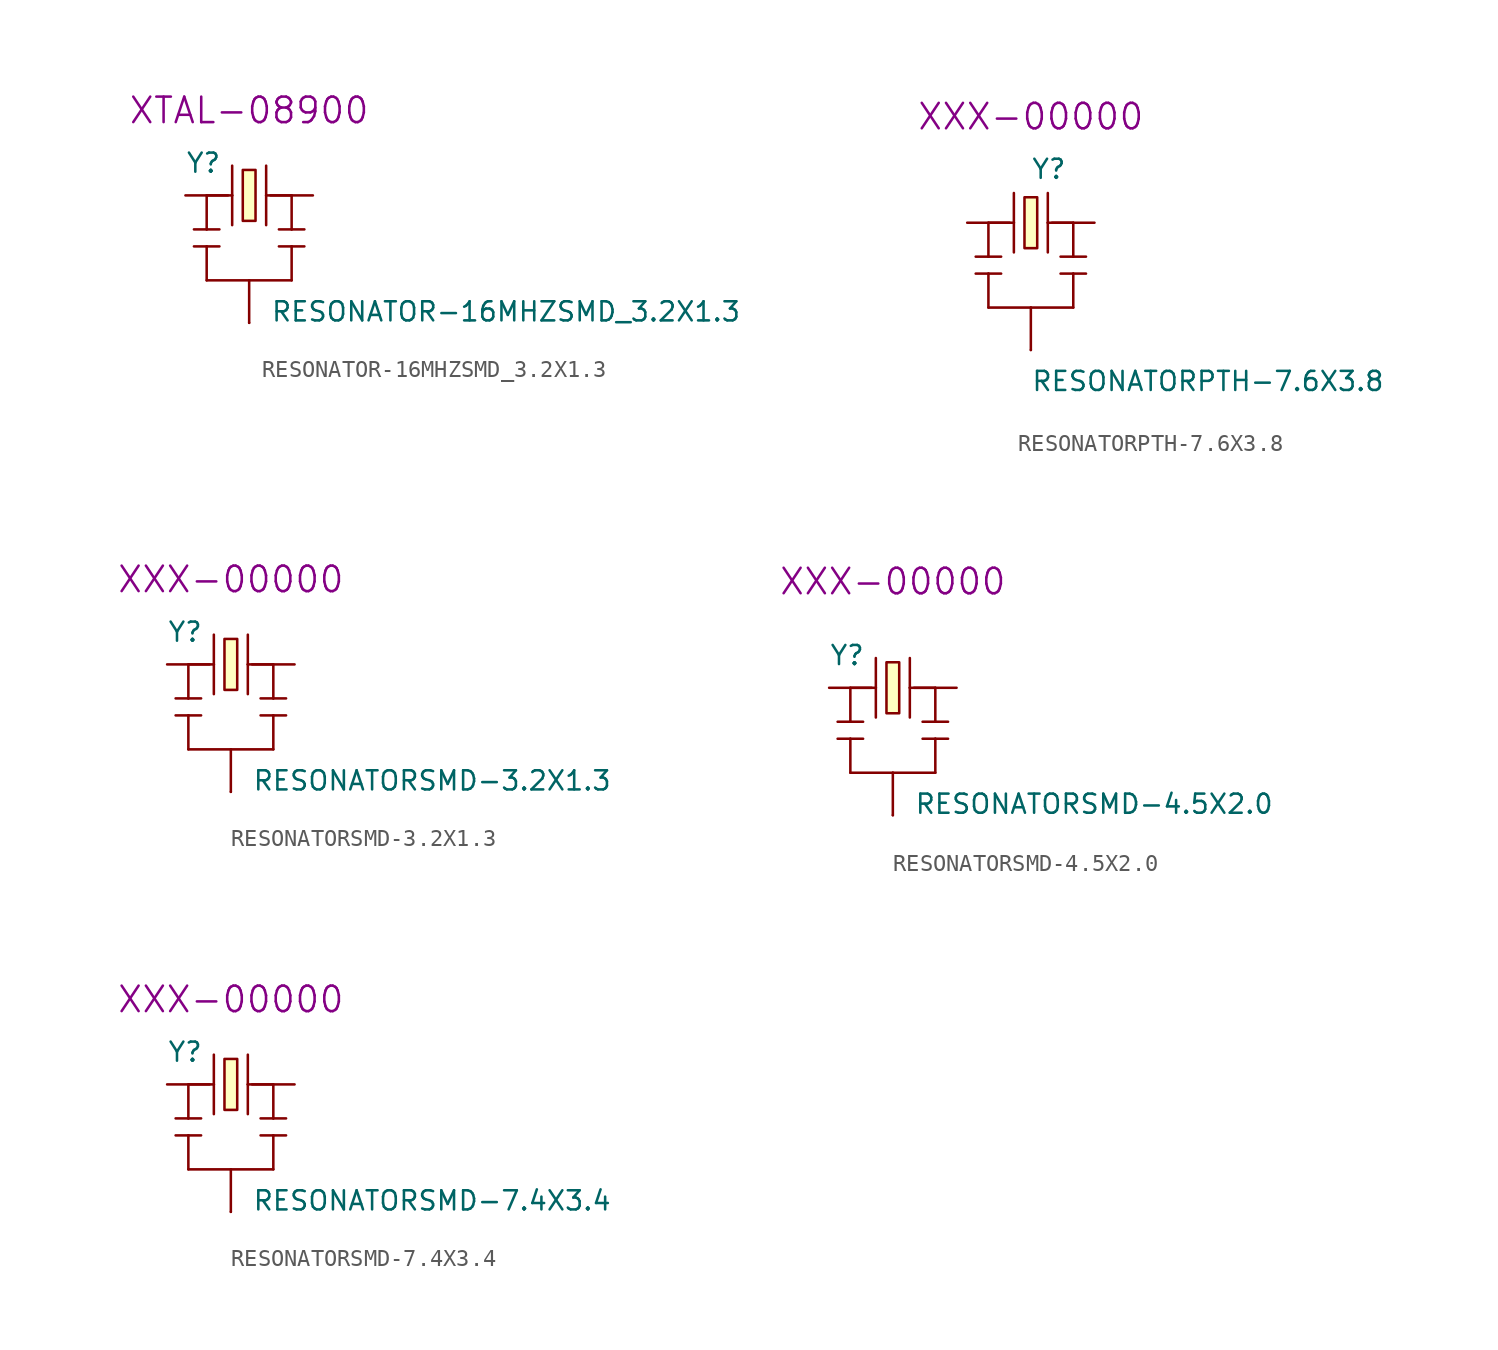
<source format=kicad_sym>
(kicad_symbol_lib
  (version 20211014)
  (generator kicad_symbol_editor)
  (symbol "RESONATOR-16MHZSMD_3.2X1.3"
    (pin_numbers hide)
    (pin_names
      (offset 1.016) hide)
    (property "Reference" "Y"
      (at -3.81 1.27 0)
      (effects (font (size 1.143 1.143)) (justify left bottom)))
    (property "Value" "RESONATOR-16MHZSMD_3.2X1.3"
      (at 1.27 -7.62 0)
      (effects (font (size 1.143 1.143)) (justify left bottom)))
    (property "Field4" "XTAL-08900"
      (at 0 5.08 0)
      (effects (font (size 1.524 1.524))))
    (property "ki_locked" ""
      (at 0 0 0)
      (effects (font (size 1.27 1.27))))
    (symbol "RESONATOR-16MHZSMD_3.2X1.3_1_0"
      (polyline (pts (xy -2.54 -3.048) (xy -3.302 -3.048)) (stroke (width 0) (type default) (color 0 0 0 0)) (fill (type none)))
      (polyline (pts (xy -2.54 -3.048) (xy -2.54 -5.08)) (stroke (width 0) (type default) (color 0 0 0 0)) (fill (type none)))
      (polyline (pts (xy -2.54 -2.032) (xy -3.302 -2.032)) (stroke (width 0) (type default) (color 0 0 0 0)) (fill (type none)))
      (polyline (pts (xy -2.54 -2.032) (xy -2.54 0)) (stroke (width 0) (type default) (color 0 0 0 0)) (fill (type none)))
      (polyline (pts (xy -2.54 0) (xy -1.016 0)) (stroke (width 0) (type default) (color 0 0 0 0)) (fill (type none)))
      (polyline (pts (xy -1.778 -3.048) (xy -2.54 -3.048)) (stroke (width 0) (type default) (color 0 0 0 0)) (fill (type none)))
      (polyline (pts (xy -1.778 -2.032) (xy -2.54 -2.032)) (stroke (width 0) (type default) (color 0 0 0 0)) (fill (type none)))
      (polyline (pts (xy -1.016 0) (xy -1.016 -1.778)) (stroke (width 0) (type default) (color 0 0 0 0)) (fill (type none)))
      (polyline (pts (xy -1.016 1.778) (xy -1.016 0)) (stroke (width 0) (type default) (color 0 0 0 0)) (fill (type none)))
      (polyline (pts (xy 0 -5.08) (xy -2.54 -5.08)) (stroke (width 0) (type default) (color 0 0 0 0)) (fill (type none)))
      (polyline (pts (xy 0 -5.08) (xy 0 -7.62)) (stroke (width 0) (type default) (color 0 0 0 0)) (fill (type none)))
      (polyline (pts (xy 1.016 0) (xy 1.016 -1.778)) (stroke (width 0) (type default) (color 0 0 0 0)) (fill (type none)))
      (polyline (pts (xy 1.016 0) (xy 2.54 0)) (stroke (width 0) (type default) (color 0 0 0 0)) (fill (type none)))
      (polyline (pts (xy 1.016 1.778) (xy 1.016 0)) (stroke (width 0) (type default) (color 0 0 0 0)) (fill (type none)))
      (polyline (pts (xy 2.54 -5.08) (xy 0 -5.08)) (stroke (width 0) (type default) (color 0 0 0 0)) (fill (type none)))
      (polyline (pts (xy 2.54 -3.048) (xy 1.778 -3.048)) (stroke (width 0) (type default) (color 0 0 0 0)) (fill (type none)))
      (polyline (pts (xy 2.54 -3.048) (xy 2.54 -5.08)) (stroke (width 0) (type default) (color 0 0 0 0)) (fill (type none)))
      (polyline (pts (xy 2.54 -2.032) (xy 1.778 -2.032)) (stroke (width 0) (type default) (color 0 0 0 0)) (fill (type none)))
      (polyline (pts (xy 2.54 0) (xy 2.54 -2.032)) (stroke (width 0) (type default) (color 0 0 0 0)) (fill (type none)))
      (polyline (pts (xy 3.302 -3.048) (xy 2.54 -3.048)) (stroke (width 0) (type default) (color 0 0 0 0)) (fill (type none)))
      (polyline (pts (xy 3.302 -2.032) (xy 2.54 -2.032)) (stroke (width 0) (type default) (color 0 0 0 0)) (fill (type none))))
    (symbol "RESONATOR-16MHZSMD_3.2X1.3_1_1"
      (polyline (pts (xy -0.381 1.524) (xy -0.381 -1.524) (xy 0.381 -1.524) (xy 0.381 1.524) (xy -0.381 1.524)) (stroke (width 0) (type default) (color 0 0 0 0)) (fill (type background)))
      (pin passive line (at -3.81 0 0) (length 2.54) (name "1" (effects (font (size 1.016 1.016)))) (number "1" (effects (font (size 1.016 1.016)))))
      (pin passive line (at 0 -7.62 90) (length 0) (name "2" (effects (font (size 1.016 1.016)))) (number "2" (effects (font (size 1.016 1.016)))))
      (pin passive line (at 3.81 0 180) (length 2.54) (name "3" (effects (font (size 1.016 1.016)))) (number "3" (effects (font (size 1.016 1.016)))))))
  (symbol "RESONATORPTH-7.6X3.8"
    (pin_numbers hide)
    (pin_names
      (offset 1.016) hide)
    (property "Reference" "Y"
      (at 0 2.54 0)
      (effects (font (size 1.143 1.143)) (justify left bottom)))
    (property "Value" "RESONATORPTH-7.6X3.8"
      (at 0 -10.16 0)
      (effects (font (size 1.143 1.143)) (justify left bottom)))
    (property "Field4" "XXX-00000"
      (at 0 6.35 0)
      (effects (font (size 1.524 1.524))))
    (property "ki_locked" ""
      (at 0 0 0)
      (effects (font (size 1.27 1.27))))
    (symbol "RESONATORPTH-7.6X3.8_1_0"
      (polyline (pts (xy -2.54 -3.048) (xy -3.302 -3.048)) (stroke (width 0) (type default) (color 0 0 0 0)) (fill (type none)))
      (polyline (pts (xy -2.54 -3.048) (xy -2.54 -5.08)) (stroke (width 0) (type default) (color 0 0 0 0)) (fill (type none)))
      (polyline (pts (xy -2.54 -2.032) (xy -3.302 -2.032)) (stroke (width 0) (type default) (color 0 0 0 0)) (fill (type none)))
      (polyline (pts (xy -2.54 -2.032) (xy -2.54 0)) (stroke (width 0) (type default) (color 0 0 0 0)) (fill (type none)))
      (polyline (pts (xy -2.54 0) (xy -1.016 0)) (stroke (width 0) (type default) (color 0 0 0 0)) (fill (type none)))
      (polyline (pts (xy -1.778 -3.048) (xy -2.54 -3.048)) (stroke (width 0) (type default) (color 0 0 0 0)) (fill (type none)))
      (polyline (pts (xy -1.778 -2.032) (xy -2.54 -2.032)) (stroke (width 0) (type default) (color 0 0 0 0)) (fill (type none)))
      (polyline (pts (xy -1.016 0) (xy -1.016 -1.778)) (stroke (width 0) (type default) (color 0 0 0 0)) (fill (type none)))
      (polyline (pts (xy -1.016 1.778) (xy -1.016 0)) (stroke (width 0) (type default) (color 0 0 0 0)) (fill (type none)))
      (polyline (pts (xy 0 -5.08) (xy -2.54 -5.08)) (stroke (width 0) (type default) (color 0 0 0 0)) (fill (type none)))
      (polyline (pts (xy 0 -5.08) (xy 0 -7.62)) (stroke (width 0) (type default) (color 0 0 0 0)) (fill (type none)))
      (polyline (pts (xy 1.016 0) (xy 1.016 -1.778)) (stroke (width 0) (type default) (color 0 0 0 0)) (fill (type none)))
      (polyline (pts (xy 1.016 0) (xy 2.54 0)) (stroke (width 0) (type default) (color 0 0 0 0)) (fill (type none)))
      (polyline (pts (xy 1.016 1.778) (xy 1.016 0)) (stroke (width 0) (type default) (color 0 0 0 0)) (fill (type none)))
      (polyline (pts (xy 2.54 -5.08) (xy 0 -5.08)) (stroke (width 0) (type default) (color 0 0 0 0)) (fill (type none)))
      (polyline (pts (xy 2.54 -3.048) (xy 1.778 -3.048)) (stroke (width 0) (type default) (color 0 0 0 0)) (fill (type none)))
      (polyline (pts (xy 2.54 -3.048) (xy 2.54 -5.08)) (stroke (width 0) (type default) (color 0 0 0 0)) (fill (type none)))
      (polyline (pts (xy 2.54 -2.032) (xy 1.778 -2.032)) (stroke (width 0) (type default) (color 0 0 0 0)) (fill (type none)))
      (polyline (pts (xy 2.54 0) (xy 2.54 -2.032)) (stroke (width 0) (type default) (color 0 0 0 0)) (fill (type none)))
      (polyline (pts (xy 3.302 -3.048) (xy 2.54 -3.048)) (stroke (width 0) (type default) (color 0 0 0 0)) (fill (type none)))
      (polyline (pts (xy 3.302 -2.032) (xy 2.54 -2.032)) (stroke (width 0) (type default) (color 0 0 0 0)) (fill (type none))))
    (symbol "RESONATORPTH-7.6X3.8_1_1"
      (polyline (pts (xy -0.381 1.524) (xy -0.381 -1.524) (xy 0.381 -1.524) (xy 0.381 1.524) (xy -0.381 1.524)) (stroke (width 0) (type default) (color 0 0 0 0)) (fill (type background)))
      (pin passive line (at -3.81 0 0) (length 2.54) (name "1" (effects (font (size 1.016 1.016)))) (number "1" (effects (font (size 1.016 1.016)))))
      (pin passive line (at 0 -7.62 90) (length 0) (name "2" (effects (font (size 1.016 1.016)))) (number "2" (effects (font (size 1.016 1.016)))))
      (pin passive line (at 3.81 0 180) (length 2.54) (name "3" (effects (font (size 1.016 1.016)))) (number "3" (effects (font (size 1.016 1.016)))))))
  (symbol "RESONATORSMD-3.2X1.3"
    (pin_numbers hide)
    (pin_names
      (offset 1.016) hide)
    (property "Reference" "Y"
      (at -3.81 1.27 0)
      (effects (font (size 1.143 1.143)) (justify left bottom)))
    (property "Value" "RESONATORSMD-3.2X1.3"
      (at 1.27 -7.62 0)
      (effects (font (size 1.143 1.143)) (justify left bottom)))
    (property "Field4" "XXX-00000"
      (at 0 5.08 0)
      (effects (font (size 1.524 1.524))))
    (property "ki_locked" ""
      (at 0 0 0)
      (effects (font (size 1.27 1.27))))
    (symbol "RESONATORSMD-3.2X1.3_1_0"
      (polyline (pts (xy -2.54 -3.048) (xy -3.302 -3.048)) (stroke (width 0) (type default) (color 0 0 0 0)) (fill (type none)))
      (polyline (pts (xy -2.54 -3.048) (xy -2.54 -5.08)) (stroke (width 0) (type default) (color 0 0 0 0)) (fill (type none)))
      (polyline (pts (xy -2.54 -2.032) (xy -3.302 -2.032)) (stroke (width 0) (type default) (color 0 0 0 0)) (fill (type none)))
      (polyline (pts (xy -2.54 -2.032) (xy -2.54 0)) (stroke (width 0) (type default) (color 0 0 0 0)) (fill (type none)))
      (polyline (pts (xy -2.54 0) (xy -1.016 0)) (stroke (width 0) (type default) (color 0 0 0 0)) (fill (type none)))
      (polyline (pts (xy -1.778 -3.048) (xy -2.54 -3.048)) (stroke (width 0) (type default) (color 0 0 0 0)) (fill (type none)))
      (polyline (pts (xy -1.778 -2.032) (xy -2.54 -2.032)) (stroke (width 0) (type default) (color 0 0 0 0)) (fill (type none)))
      (polyline (pts (xy -1.016 0) (xy -1.016 -1.778)) (stroke (width 0) (type default) (color 0 0 0 0)) (fill (type none)))
      (polyline (pts (xy -1.016 1.778) (xy -1.016 0)) (stroke (width 0) (type default) (color 0 0 0 0)) (fill (type none)))
      (polyline (pts (xy 0 -5.08) (xy -2.54 -5.08)) (stroke (width 0) (type default) (color 0 0 0 0)) (fill (type none)))
      (polyline (pts (xy 0 -5.08) (xy 0 -7.62)) (stroke (width 0) (type default) (color 0 0 0 0)) (fill (type none)))
      (polyline (pts (xy 1.016 0) (xy 1.016 -1.778)) (stroke (width 0) (type default) (color 0 0 0 0)) (fill (type none)))
      (polyline (pts (xy 1.016 0) (xy 2.54 0)) (stroke (width 0) (type default) (color 0 0 0 0)) (fill (type none)))
      (polyline (pts (xy 1.016 1.778) (xy 1.016 0)) (stroke (width 0) (type default) (color 0 0 0 0)) (fill (type none)))
      (polyline (pts (xy 2.54 -5.08) (xy 0 -5.08)) (stroke (width 0) (type default) (color 0 0 0 0)) (fill (type none)))
      (polyline (pts (xy 2.54 -3.048) (xy 1.778 -3.048)) (stroke (width 0) (type default) (color 0 0 0 0)) (fill (type none)))
      (polyline (pts (xy 2.54 -3.048) (xy 2.54 -5.08)) (stroke (width 0) (type default) (color 0 0 0 0)) (fill (type none)))
      (polyline (pts (xy 2.54 -2.032) (xy 1.778 -2.032)) (stroke (width 0) (type default) (color 0 0 0 0)) (fill (type none)))
      (polyline (pts (xy 2.54 0) (xy 2.54 -2.032)) (stroke (width 0) (type default) (color 0 0 0 0)) (fill (type none)))
      (polyline (pts (xy 3.302 -3.048) (xy 2.54 -3.048)) (stroke (width 0) (type default) (color 0 0 0 0)) (fill (type none)))
      (polyline (pts (xy 3.302 -2.032) (xy 2.54 -2.032)) (stroke (width 0) (type default) (color 0 0 0 0)) (fill (type none))))
    (symbol "RESONATORSMD-3.2X1.3_1_1"
      (polyline (pts (xy -0.381 1.524) (xy -0.381 -1.524) (xy 0.381 -1.524) (xy 0.381 1.524) (xy -0.381 1.524)) (stroke (width 0) (type default) (color 0 0 0 0)) (fill (type background)))
      (pin passive line (at -3.81 0 0) (length 2.54) (name "1" (effects (font (size 1.016 1.016)))) (number "1" (effects (font (size 1.016 1.016)))))
      (pin passive line (at 0 -7.62 90) (length 0) (name "2" (effects (font (size 1.016 1.016)))) (number "2" (effects (font (size 1.016 1.016)))))
      (pin passive line (at 3.81 0 180) (length 2.54) (name "3" (effects (font (size 1.016 1.016)))) (number "3" (effects (font (size 1.016 1.016)))))))
  (symbol "RESONATORSMD-4.5X2.0"
    (pin_numbers hide)
    (pin_names
      (offset 1.016) hide)
    (property "Reference" "Y"
      (at -3.81 1.27 0)
      (effects (font (size 1.143 1.143)) (justify left bottom)))
    (property "Value" "RESONATORSMD-4.5X2.0"
      (at 1.27 -7.62 0)
      (effects (font (size 1.143 1.143)) (justify left bottom)))
    (property "Field4" "XXX-00000"
      (at 0 6.35 0)
      (effects (font (size 1.524 1.524))))
    (property "ki_locked" ""
      (at 0 0 0)
      (effects (font (size 1.27 1.27))))
    (symbol "RESONATORSMD-4.5X2.0_1_0"
      (polyline (pts (xy -2.54 -3.048) (xy -3.302 -3.048)) (stroke (width 0) (type default) (color 0 0 0 0)) (fill (type none)))
      (polyline (pts (xy -2.54 -3.048) (xy -2.54 -5.08)) (stroke (width 0) (type default) (color 0 0 0 0)) (fill (type none)))
      (polyline (pts (xy -2.54 -2.032) (xy -3.302 -2.032)) (stroke (width 0) (type default) (color 0 0 0 0)) (fill (type none)))
      (polyline (pts (xy -2.54 -2.032) (xy -2.54 0)) (stroke (width 0) (type default) (color 0 0 0 0)) (fill (type none)))
      (polyline (pts (xy -2.54 0) (xy -1.016 0)) (stroke (width 0) (type default) (color 0 0 0 0)) (fill (type none)))
      (polyline (pts (xy -1.778 -3.048) (xy -2.54 -3.048)) (stroke (width 0) (type default) (color 0 0 0 0)) (fill (type none)))
      (polyline (pts (xy -1.778 -2.032) (xy -2.54 -2.032)) (stroke (width 0) (type default) (color 0 0 0 0)) (fill (type none)))
      (polyline (pts (xy -1.016 0) (xy -1.016 -1.778)) (stroke (width 0) (type default) (color 0 0 0 0)) (fill (type none)))
      (polyline (pts (xy -1.016 1.778) (xy -1.016 0)) (stroke (width 0) (type default) (color 0 0 0 0)) (fill (type none)))
      (polyline (pts (xy 0 -5.08) (xy -2.54 -5.08)) (stroke (width 0) (type default) (color 0 0 0 0)) (fill (type none)))
      (polyline (pts (xy 0 -5.08) (xy 0 -7.62)) (stroke (width 0) (type default) (color 0 0 0 0)) (fill (type none)))
      (polyline (pts (xy 1.016 0) (xy 1.016 -1.778)) (stroke (width 0) (type default) (color 0 0 0 0)) (fill (type none)))
      (polyline (pts (xy 1.016 0) (xy 2.54 0)) (stroke (width 0) (type default) (color 0 0 0 0)) (fill (type none)))
      (polyline (pts (xy 1.016 1.778) (xy 1.016 0)) (stroke (width 0) (type default) (color 0 0 0 0)) (fill (type none)))
      (polyline (pts (xy 2.54 -5.08) (xy 0 -5.08)) (stroke (width 0) (type default) (color 0 0 0 0)) (fill (type none)))
      (polyline (pts (xy 2.54 -3.048) (xy 1.778 -3.048)) (stroke (width 0) (type default) (color 0 0 0 0)) (fill (type none)))
      (polyline (pts (xy 2.54 -3.048) (xy 2.54 -5.08)) (stroke (width 0) (type default) (color 0 0 0 0)) (fill (type none)))
      (polyline (pts (xy 2.54 -2.032) (xy 1.778 -2.032)) (stroke (width 0) (type default) (color 0 0 0 0)) (fill (type none)))
      (polyline (pts (xy 2.54 0) (xy 2.54 -2.032)) (stroke (width 0) (type default) (color 0 0 0 0)) (fill (type none)))
      (polyline (pts (xy 3.302 -3.048) (xy 2.54 -3.048)) (stroke (width 0) (type default) (color 0 0 0 0)) (fill (type none)))
      (polyline (pts (xy 3.302 -2.032) (xy 2.54 -2.032)) (stroke (width 0) (type default) (color 0 0 0 0)) (fill (type none))))
    (symbol "RESONATORSMD-4.5X2.0_1_1"
      (polyline (pts (xy -0.381 1.524) (xy -0.381 -1.524) (xy 0.381 -1.524) (xy 0.381 1.524) (xy -0.381 1.524)) (stroke (width 0) (type default) (color 0 0 0 0)) (fill (type background)))
      (pin passive line (at -3.81 0 0) (length 2.54) (name "1" (effects (font (size 1.016 1.016)))) (number "1" (effects (font (size 1.016 1.016)))))
      (pin passive line (at 0 -7.62 90) (length 0) (name "2" (effects (font (size 1.016 1.016)))) (number "2" (effects (font (size 1.016 1.016)))))
      (pin passive line (at 3.81 0 180) (length 2.54) (name "3" (effects (font (size 1.016 1.016)))) (number "3" (effects (font (size 1.016 1.016)))))))
  (symbol "RESONATORSMD-7.4X3.4"
    (pin_numbers hide)
    (pin_names
      (offset 1.016) hide)
    (property "Reference" "Y"
      (at -3.81 1.27 0)
      (effects (font (size 1.143 1.143)) (justify left bottom)))
    (property "Value" "RESONATORSMD-7.4X3.4"
      (at 1.27 -7.62 0)
      (effects (font (size 1.143 1.143)) (justify left bottom)))
    (property "Field4" "XXX-00000"
      (at 0 5.08 0)
      (effects (font (size 1.524 1.524))))
    (property "ki_locked" ""
      (at 0 0 0)
      (effects (font (size 1.27 1.27))))
    (symbol "RESONATORSMD-7.4X3.4_1_0"
      (polyline (pts (xy -2.54 -3.048) (xy -3.302 -3.048)) (stroke (width 0) (type default) (color 0 0 0 0)) (fill (type none)))
      (polyline (pts (xy -2.54 -3.048) (xy -2.54 -5.08)) (stroke (width 0) (type default) (color 0 0 0 0)) (fill (type none)))
      (polyline (pts (xy -2.54 -2.032) (xy -3.302 -2.032)) (stroke (width 0) (type default) (color 0 0 0 0)) (fill (type none)))
      (polyline (pts (xy -2.54 -2.032) (xy -2.54 0)) (stroke (width 0) (type default) (color 0 0 0 0)) (fill (type none)))
      (polyline (pts (xy -2.54 0) (xy -1.016 0)) (stroke (width 0) (type default) (color 0 0 0 0)) (fill (type none)))
      (polyline (pts (xy -1.778 -3.048) (xy -2.54 -3.048)) (stroke (width 0) (type default) (color 0 0 0 0)) (fill (type none)))
      (polyline (pts (xy -1.778 -2.032) (xy -2.54 -2.032)) (stroke (width 0) (type default) (color 0 0 0 0)) (fill (type none)))
      (polyline (pts (xy -1.016 0) (xy -1.016 -1.778)) (stroke (width 0) (type default) (color 0 0 0 0)) (fill (type none)))
      (polyline (pts (xy -1.016 1.778) (xy -1.016 0)) (stroke (width 0) (type default) (color 0 0 0 0)) (fill (type none)))
      (polyline (pts (xy 0 -5.08) (xy -2.54 -5.08)) (stroke (width 0) (type default) (color 0 0 0 0)) (fill (type none)))
      (polyline (pts (xy 0 -5.08) (xy 0 -7.62)) (stroke (width 0) (type default) (color 0 0 0 0)) (fill (type none)))
      (polyline (pts (xy 1.016 0) (xy 1.016 -1.778)) (stroke (width 0) (type default) (color 0 0 0 0)) (fill (type none)))
      (polyline (pts (xy 1.016 0) (xy 2.54 0)) (stroke (width 0) (type default) (color 0 0 0 0)) (fill (type none)))
      (polyline (pts (xy 1.016 1.778) (xy 1.016 0)) (stroke (width 0) (type default) (color 0 0 0 0)) (fill (type none)))
      (polyline (pts (xy 2.54 -5.08) (xy 0 -5.08)) (stroke (width 0) (type default) (color 0 0 0 0)) (fill (type none)))
      (polyline (pts (xy 2.54 -3.048) (xy 1.778 -3.048)) (stroke (width 0) (type default) (color 0 0 0 0)) (fill (type none)))
      (polyline (pts (xy 2.54 -3.048) (xy 2.54 -5.08)) (stroke (width 0) (type default) (color 0 0 0 0)) (fill (type none)))
      (polyline (pts (xy 2.54 -2.032) (xy 1.778 -2.032)) (stroke (width 0) (type default) (color 0 0 0 0)) (fill (type none)))
      (polyline (pts (xy 2.54 0) (xy 2.54 -2.032)) (stroke (width 0) (type default) (color 0 0 0 0)) (fill (type none)))
      (polyline (pts (xy 3.302 -3.048) (xy 2.54 -3.048)) (stroke (width 0) (type default) (color 0 0 0 0)) (fill (type none)))
      (polyline (pts (xy 3.302 -2.032) (xy 2.54 -2.032)) (stroke (width 0) (type default) (color 0 0 0 0)) (fill (type none))))
    (symbol "RESONATORSMD-7.4X3.4_1_1"
      (polyline (pts (xy -0.381 1.524) (xy -0.381 -1.524) (xy 0.381 -1.524) (xy 0.381 1.524) (xy -0.381 1.524)) (stroke (width 0) (type default) (color 0 0 0 0)) (fill (type background)))
      (pin passive line (at -3.81 0 0) (length 2.54) (name "1" (effects (font (size 1.016 1.016)))) (number "1" (effects (font (size 1.016 1.016)))))
      (pin passive line (at 0 -7.62 90) (length 0) (name "2" (effects (font (size 1.016 1.016)))) (number "2" (effects (font (size 1.016 1.016)))))
      (pin passive line (at 3.81 0 180) (length 2.54) (name "3" (effects (font (size 1.016 1.016)))) (number "3" (effects (font (size 1.016 1.016))))))))
</source>
